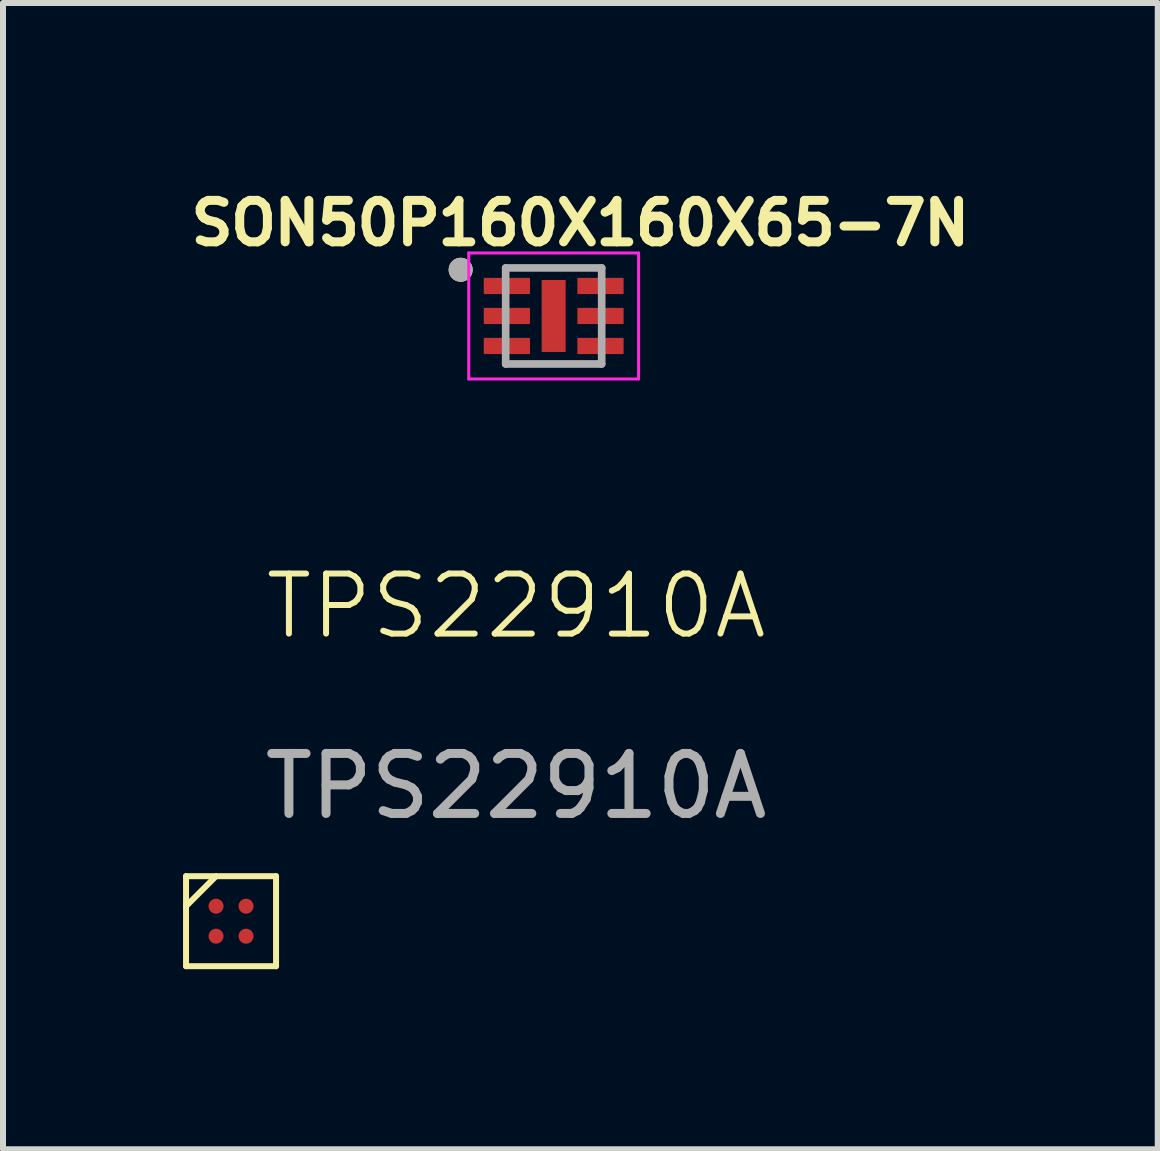
<source format=kicad_pcb>
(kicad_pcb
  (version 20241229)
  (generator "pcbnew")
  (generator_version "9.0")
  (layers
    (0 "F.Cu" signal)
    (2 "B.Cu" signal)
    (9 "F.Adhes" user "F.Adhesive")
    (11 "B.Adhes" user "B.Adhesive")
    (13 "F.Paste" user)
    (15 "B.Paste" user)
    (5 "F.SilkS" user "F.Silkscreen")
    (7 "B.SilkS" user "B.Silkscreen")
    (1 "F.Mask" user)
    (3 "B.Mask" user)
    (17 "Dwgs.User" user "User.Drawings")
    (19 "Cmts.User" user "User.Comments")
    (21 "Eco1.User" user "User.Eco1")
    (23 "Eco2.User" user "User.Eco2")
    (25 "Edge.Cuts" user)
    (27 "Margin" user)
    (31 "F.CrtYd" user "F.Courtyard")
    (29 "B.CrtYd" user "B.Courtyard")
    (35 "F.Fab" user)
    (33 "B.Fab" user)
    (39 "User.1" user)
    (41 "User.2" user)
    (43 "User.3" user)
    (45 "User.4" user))
  (footprint "SON50P160X160X65-7N"
    (layer "F.Cu")
    (at 6.176 2.215)
    (property "Reference" "SON50P160X160X65-7N" (at 0.445 -1.547 0) (layer "F.SilkS") (effects (font (size 0.691 0.691) (thickness 0.15))))
    (attr through_hole)
    (fp_circle (center -1.55 -0.77) (end -1.45 -0.77) (stroke (width 0.2) (type solid)) (fill no) (layer "F.SilkS"))
    (fp_poly (pts (xy -0.134 -0.38) (xy 0.125 -0.38) (xy 0.125 0.408) (xy -0.134 0.408)) (stroke (width 0.01) (type solid)) (fill yes) (layer "F.Paste"))
    (fp_line (start -1.415 -1.05) (end -1.415 1.05) (stroke (width 0.05) (type solid)) (layer "F.CrtYd"))
    (fp_line (start -1.415 -1.05) (end 1.415 -1.05) (stroke (width 0.05) (type solid)) (layer "F.CrtYd"))
    (fp_line (start -1.415 1.05) (end 1.415 1.05) (stroke (width 0.05) (type solid)) (layer "F.CrtYd"))
    (fp_line (start 1.415 -1.05) (end 1.415 1.05) (stroke (width 0.05) (type solid)) (layer "F.CrtYd"))
    (fp_line (start -0.8 -0.8) (end -0.8 0.8) (stroke (width 0.127) (type solid)) (layer "F.Fab"))
    (fp_line (start -0.8 -0.8) (end 0.8 -0.8) (stroke (width 0.127) (type solid)) (layer "F.Fab"))
    (fp_line (start -0.8 0.8) (end 0.8 0.8) (stroke (width 0.127) (type solid)) (layer "F.Fab"))
    (fp_line (start 0.8 -0.8) (end 0.8 0.8) (stroke (width 0.127) (type solid)) (layer "F.Fab"))
    (fp_circle (center -1.55 -0.77) (end -1.45 -0.77) (stroke (width 0.2) (type solid)) (fill no) (layer "F.Fab"))
    (pad "1" smd roundrect (at -0.78 -0.5) (size 0.77 0.27) (layers "F.Cu" "F.Mask" "F.Paste") (roundrect_rratio 0.03))
    (pad "2" smd roundrect (at -0.78 0) (size 0.77 0.27) (layers "F.Cu" "F.Mask" "F.Paste") (roundrect_rratio 0.03))
    (pad "3" smd roundrect (at -0.78 0.5) (size 0.77 0.27) (layers "F.Cu" "F.Mask" "F.Paste") (roundrect_rratio 0.03))
    (pad "4" smd roundrect (at 0.78 0.5) (size 0.77 0.27) (layers "F.Cu" "F.Mask" "F.Paste") (roundrect_rratio 0.03))
    (pad "5" smd roundrect (at 0.78 0) (size 0.77 0.27) (layers "F.Cu" "F.Mask" "F.Paste") (roundrect_rratio 0.03))
    (pad "6" smd roundrect (at 0.78 -0.5) (size 0.77 0.27) (layers "F.Cu" "F.Mask" "F.Paste") (roundrect_rratio 0.03))
    (pad "7" smd rect (at 0 0) (size 0.4 1.2) (layers "F.Cu" "F.Mask")))
  (footprint "TPS22910A"
    (layer "F.Cu")
    (at 5.55 7.55)
    (property "Reference" "TPS22910A" (at 0 -0.5 0) (unlocked yes) (layer "F.SilkS") (effects (font (size 1 1) (thickness 0.1))))
    (attr smd)
    (fp_line (start -5.5 4) (end -4 4) (stroke (width 0.1) (type default)) (layer "F.SilkS"))
    (fp_line (start -5.5 4.5) (end -5 4) (stroke (width 0.1) (type default)) (layer "F.SilkS"))
    (fp_line (start -5.5 5.5) (end -5.5 4) (stroke (width 0.1) (type default)) (layer "F.SilkS"))
    (fp_line (start -4 4) (end -4 5.5) (stroke (width 0.1) (type default)) (layer "F.SilkS"))
    (fp_line (start -4 5.5) (end -5.5 5.5) (stroke (width 0.1) (type default)) (layer "F.SilkS"))
    (fp_text user "${REFERENCE}" (at 0 2.5 0) (unlocked yes) (layer "F.Fab") (effects (font (size 1 1) (thickness 0.15))))
    (pad "A1" smd circle (at -5 4.5) (size 0.25 0.25) (layers "F.Cu" "F.Mask" "F.Paste"))
    (pad "A2" smd circle (at -4.5 4.5) (size 0.25 0.25) (layers "F.Cu" "F.Mask" "F.Paste"))
    (pad "B1" smd circle (at -5 5) (size 0.25 0.25) (layers "F.Cu" "F.Mask" "F.Paste"))
    (pad "B2" smd circle (at -4.5 5) (size 0.25 0.25) (layers "F.Cu" "F.Mask" "F.Paste")))
  (gr_rect
    (start -3 -3)
    (end 16.242 16.1)
    (stroke (width 0.1) (type default))
    (fill no)
    (layer "Edge.Cuts")))
</source>
